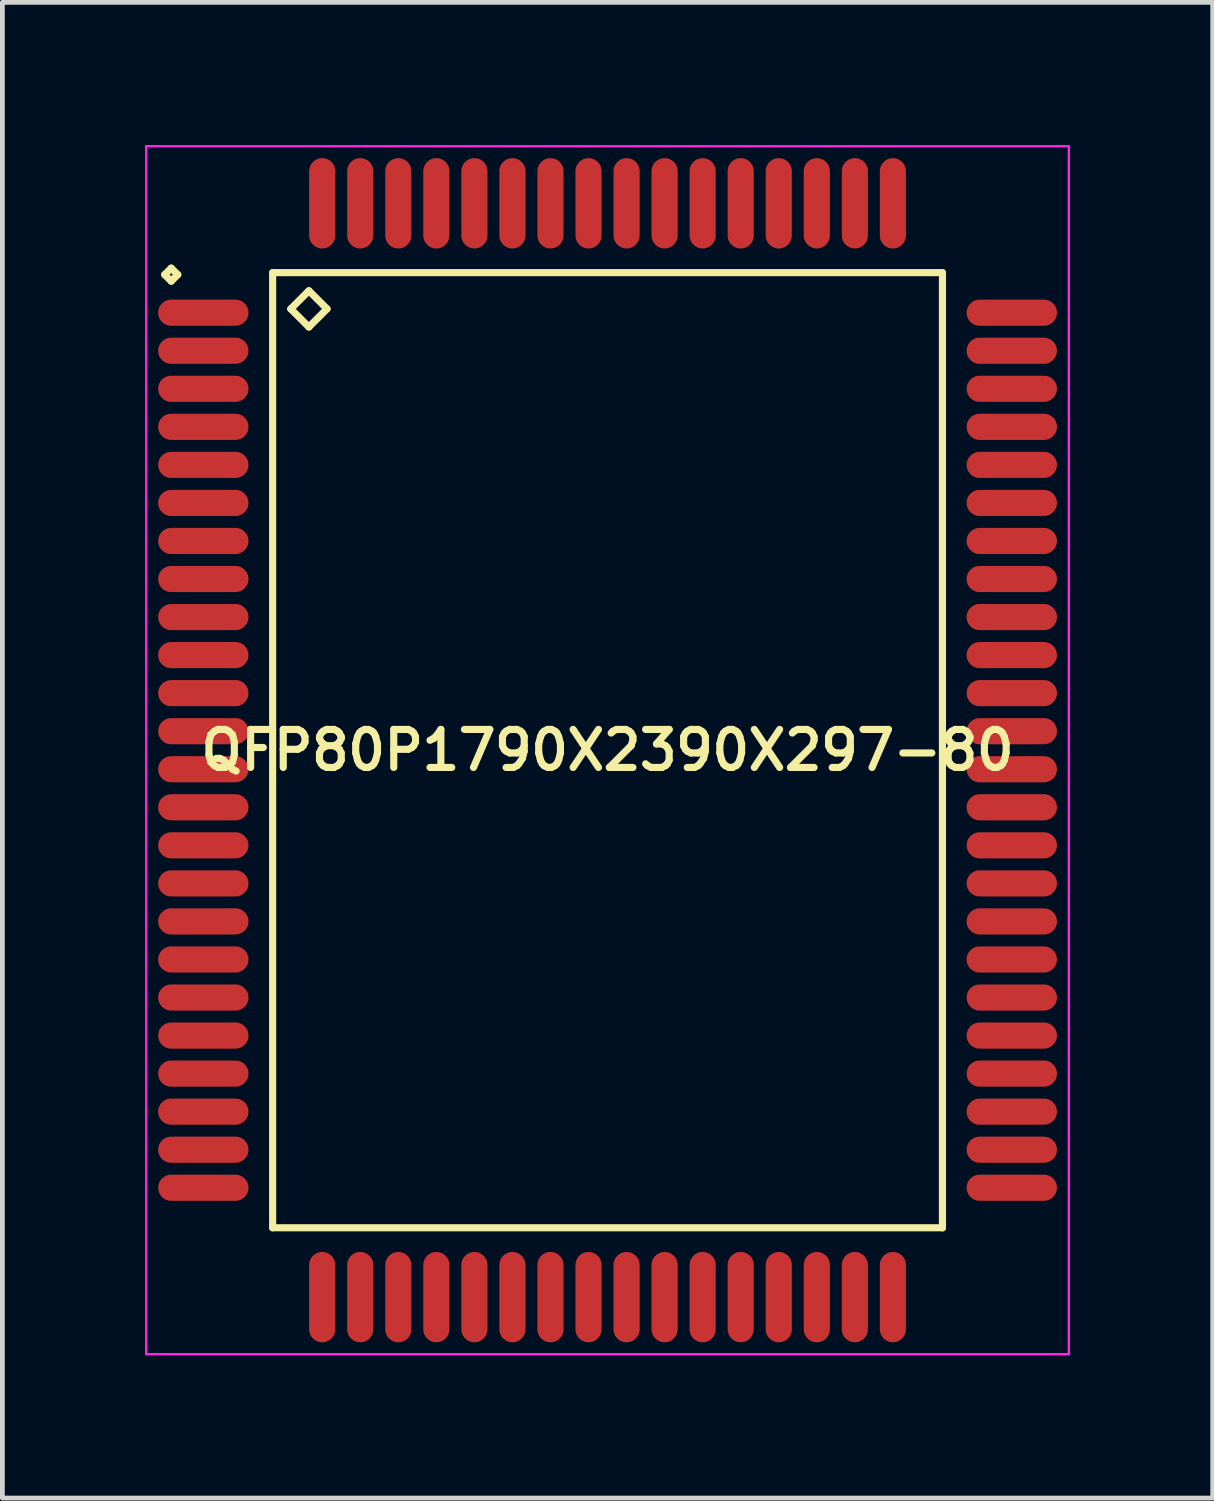
<source format=kicad_pcb>
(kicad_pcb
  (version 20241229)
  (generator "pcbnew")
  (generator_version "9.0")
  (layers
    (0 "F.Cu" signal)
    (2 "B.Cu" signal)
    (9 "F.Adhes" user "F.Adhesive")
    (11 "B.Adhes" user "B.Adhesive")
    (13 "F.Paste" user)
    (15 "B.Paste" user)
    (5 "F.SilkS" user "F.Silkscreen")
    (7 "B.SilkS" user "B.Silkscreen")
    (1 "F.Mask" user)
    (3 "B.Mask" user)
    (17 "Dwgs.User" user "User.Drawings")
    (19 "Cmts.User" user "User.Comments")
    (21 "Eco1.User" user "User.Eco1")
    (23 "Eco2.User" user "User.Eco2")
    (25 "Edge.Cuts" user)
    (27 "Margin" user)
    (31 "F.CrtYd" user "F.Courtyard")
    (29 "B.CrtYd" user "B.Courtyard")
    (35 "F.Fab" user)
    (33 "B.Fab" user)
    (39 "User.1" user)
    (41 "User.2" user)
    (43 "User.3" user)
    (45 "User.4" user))
  (footprint "QFP80P1790X2390X297-80"
    (layer "F.Cu")
    (at 9.725 12.725)
    (property "Reference" "QFP80P1790X2390X297-80" (at 0 0 0) (layer "F.SilkS") (effects (font (size 0.8 0.8) (thickness 0.15))))
    (attr smd)
    (fp_line (start -9.312 -10) (end -9.175 -10.137) (stroke (width 0.15) (type solid)) (layer "F.SilkS"))
    (fp_line (start -9.175 -10.137) (end -9.037 -10) (stroke (width 0.15) (type solid)) (layer "F.SilkS"))
    (fp_line (start -9.175 -9.863) (end -9.312 -10) (stroke (width 0.15) (type solid)) (layer "F.SilkS"))
    (fp_line (start -9.037 -10) (end -9.175 -9.863) (stroke (width 0.15) (type solid)) (layer "F.SilkS"))
    (fp_line (start -7.042 -10.042) (end -7.042 10.042) (stroke (width 0.15) (type solid)) (layer "F.SilkS"))
    (fp_line (start -7.042 10.042) (end 7.042 10.042) (stroke (width 0.15) (type solid)) (layer "F.SilkS"))
    (fp_line (start -6.661 -9.28) (end -6.28 -9.661) (stroke (width 0.15) (type solid)) (layer "F.SilkS"))
    (fp_line (start -6.28 -9.661) (end -5.899 -9.28) (stroke (width 0.15) (type solid)) (layer "F.SilkS"))
    (fp_line (start -6.28 -8.899) (end -6.661 -9.28) (stroke (width 0.15) (type solid)) (layer "F.SilkS"))
    (fp_line (start -5.899 -9.28) (end -6.28 -8.899) (stroke (width 0.15) (type solid)) (layer "F.SilkS"))
    (fp_line (start 7.042 -10.042) (end -7.042 -10.042) (stroke (width 0.15) (type solid)) (layer "F.SilkS"))
    (fp_line (start 7.042 10.042) (end 7.042 -10.042) (stroke (width 0.15) (type solid)) (layer "F.SilkS"))
    (fp_line (start -9.7 -12.7) (end 9.7 -12.7) (stroke (width 0.05) (type solid)) (layer "F.CrtYd"))
    (fp_line (start -9.7 12.7) (end -9.7 -12.7) (stroke (width 0.05) (type solid)) (layer "F.CrtYd"))
    (fp_line (start 9.7 -12.7) (end 9.7 12.7) (stroke (width 0.05) (type solid)) (layer "F.CrtYd"))
    (fp_line (start 9.7 12.7) (end -9.7 12.7) (stroke (width 0.05) (type solid)) (layer "F.CrtYd"))
    (pad "1" smd oval (at -8.5 -9.2) (size 1.9 0.55) (layers "F.Cu" "F.Mask" "F.Paste"))
    (pad "2" smd oval (at -8.5 -8.4) (size 1.9 0.55) (layers "F.Cu" "F.Mask" "F.Paste"))
    (pad "3" smd oval (at -8.5 -7.6) (size 1.9 0.55) (layers "F.Cu" "F.Mask" "F.Paste"))
    (pad "4" smd oval (at -8.5 -6.8) (size 1.9 0.55) (layers "F.Cu" "F.Mask" "F.Paste"))
    (pad "5" smd oval (at -8.5 -6) (size 1.9 0.55) (layers "F.Cu" "F.Mask" "F.Paste"))
    (pad "6" smd oval (at -8.5 -5.2) (size 1.9 0.55) (layers "F.Cu" "F.Mask" "F.Paste"))
    (pad "7" smd oval (at -8.5 -4.4) (size 1.9 0.55) (layers "F.Cu" "F.Mask" "F.Paste"))
    (pad "8" smd oval (at -8.5 -3.6) (size 1.9 0.55) (layers "F.Cu" "F.Mask" "F.Paste"))
    (pad "9" smd oval (at -8.5 -2.8) (size 1.9 0.55) (layers "F.Cu" "F.Mask" "F.Paste"))
    (pad "10" smd oval (at -8.5 -2) (size 1.9 0.55) (layers "F.Cu" "F.Mask" "F.Paste"))
    (pad "11" smd oval (at -8.5 -1.2) (size 1.9 0.55) (layers "F.Cu" "F.Mask" "F.Paste"))
    (pad "12" smd oval (at -8.5 -0.4) (size 1.9 0.55) (layers "F.Cu" "F.Mask" "F.Paste"))
    (pad "13" smd oval (at -8.5 0.4) (size 1.9 0.55) (layers "F.Cu" "F.Mask" "F.Paste"))
    (pad "14" smd oval (at -8.5 1.2) (size 1.9 0.55) (layers "F.Cu" "F.Mask" "F.Paste"))
    (pad "15" smd oval (at -8.5 2) (size 1.9 0.55) (layers "F.Cu" "F.Mask" "F.Paste"))
    (pad "16" smd oval (at -8.5 2.8) (size 1.9 0.55) (layers "F.Cu" "F.Mask" "F.Paste"))
    (pad "17" smd oval (at -8.5 3.6) (size 1.9 0.55) (layers "F.Cu" "F.Mask" "F.Paste"))
    (pad "18" smd oval (at -8.5 4.4) (size 1.9 0.55) (layers "F.Cu" "F.Mask" "F.Paste"))
    (pad "19" smd oval (at -8.5 5.2) (size 1.9 0.55) (layers "F.Cu" "F.Mask" "F.Paste"))
    (pad "20" smd oval (at -8.5 6) (size 1.9 0.55) (layers "F.Cu" "F.Mask" "F.Paste"))
    (pad "21" smd oval (at -8.5 6.8) (size 1.9 0.55) (layers "F.Cu" "F.Mask" "F.Paste"))
    (pad "22" smd oval (at -8.5 7.6) (size 1.9 0.55) (layers "F.Cu" "F.Mask" "F.Paste"))
    (pad "23" smd oval (at -8.5 8.4) (size 1.9 0.55) (layers "F.Cu" "F.Mask" "F.Paste"))
    (pad "24" smd oval (at -8.5 9.2) (size 1.9 0.55) (layers "F.Cu" "F.Mask" "F.Paste"))
    (pad "25" smd oval (at -6 11.5) (size 0.55 1.9) (layers "F.Cu" "F.Mask" "F.Paste"))
    (pad "26" smd oval (at -5.2 11.5) (size 0.55 1.9) (layers "F.Cu" "F.Mask" "F.Paste"))
    (pad "27" smd oval (at -4.4 11.5) (size 0.55 1.9) (layers "F.Cu" "F.Mask" "F.Paste"))
    (pad "28" smd oval (at -3.6 11.5) (size 0.55 1.9) (layers "F.Cu" "F.Mask" "F.Paste"))
    (pad "29" smd oval (at -2.8 11.5) (size 0.55 1.9) (layers "F.Cu" "F.Mask" "F.Paste"))
    (pad "30" smd oval (at -2 11.5) (size 0.55 1.9) (layers "F.Cu" "F.Mask" "F.Paste"))
    (pad "31" smd oval (at -1.2 11.5) (size 0.55 1.9) (layers "F.Cu" "F.Mask" "F.Paste"))
    (pad "32" smd oval (at -0.4 11.5) (size 0.55 1.9) (layers "F.Cu" "F.Mask" "F.Paste"))
    (pad "33" smd oval (at 0.4 11.5) (size 0.55 1.9) (layers "F.Cu" "F.Mask" "F.Paste"))
    (pad "34" smd oval (at 1.2 11.5) (size 0.55 1.9) (layers "F.Cu" "F.Mask" "F.Paste"))
    (pad "35" smd oval (at 2 11.5) (size 0.55 1.9) (layers "F.Cu" "F.Mask" "F.Paste"))
    (pad "36" smd oval (at 2.8 11.5) (size 0.55 1.9) (layers "F.Cu" "F.Mask" "F.Paste"))
    (pad "37" smd oval (at 3.6 11.5) (size 0.55 1.9) (layers "F.Cu" "F.Mask" "F.Paste"))
    (pad "38" smd oval (at 4.4 11.5) (size 0.55 1.9) (layers "F.Cu" "F.Mask" "F.Paste"))
    (pad "39" smd oval (at 5.2 11.5) (size 0.55 1.9) (layers "F.Cu" "F.Mask" "F.Paste"))
    (pad "40" smd oval (at 6 11.5) (size 0.55 1.9) (layers "F.Cu" "F.Mask" "F.Paste"))
    (pad "41" smd oval (at 8.5 9.2) (size 1.9 0.55) (layers "F.Cu" "F.Mask" "F.Paste"))
    (pad "42" smd oval (at 8.5 8.4) (size 1.9 0.55) (layers "F.Cu" "F.Mask" "F.Paste"))
    (pad "43" smd oval (at 8.5 7.6) (size 1.9 0.55) (layers "F.Cu" "F.Mask" "F.Paste"))
    (pad "44" smd oval (at 8.5 6.8) (size 1.9 0.55) (layers "F.Cu" "F.Mask" "F.Paste"))
    (pad "45" smd oval (at 8.5 6) (size 1.9 0.55) (layers "F.Cu" "F.Mask" "F.Paste"))
    (pad "46" smd oval (at 8.5 5.2) (size 1.9 0.55) (layers "F.Cu" "F.Mask" "F.Paste"))
    (pad "47" smd oval (at 8.5 4.4) (size 1.9 0.55) (layers "F.Cu" "F.Mask" "F.Paste"))
    (pad "48" smd oval (at 8.5 3.6) (size 1.9 0.55) (layers "F.Cu" "F.Mask" "F.Paste"))
    (pad "49" smd oval (at 8.5 2.8) (size 1.9 0.55) (layers "F.Cu" "F.Mask" "F.Paste"))
    (pad "50" smd oval (at 8.5 2) (size 1.9 0.55) (layers "F.Cu" "F.Mask" "F.Paste"))
    (pad "51" smd oval (at 8.5 1.2) (size 1.9 0.55) (layers "F.Cu" "F.Mask" "F.Paste"))
    (pad "52" smd oval (at 8.5 0.4) (size 1.9 0.55) (layers "F.Cu" "F.Mask" "F.Paste"))
    (pad "53" smd oval (at 8.5 -0.4) (size 1.9 0.55) (layers "F.Cu" "F.Mask" "F.Paste"))
    (pad "54" smd oval (at 8.5 -1.2) (size 1.9 0.55) (layers "F.Cu" "F.Mask" "F.Paste"))
    (pad "55" smd oval (at 8.5 -2) (size 1.9 0.55) (layers "F.Cu" "F.Mask" "F.Paste"))
    (pad "56" smd oval (at 8.5 -2.8) (size 1.9 0.55) (layers "F.Cu" "F.Mask" "F.Paste"))
    (pad "57" smd oval (at 8.5 -3.6) (size 1.9 0.55) (layers "F.Cu" "F.Mask" "F.Paste"))
    (pad "58" smd oval (at 8.5 -4.4) (size 1.9 0.55) (layers "F.Cu" "F.Mask" "F.Paste"))
    (pad "59" smd oval (at 8.5 -5.2) (size 1.9 0.55) (layers "F.Cu" "F.Mask" "F.Paste"))
    (pad "60" smd oval (at 8.5 -6) (size 1.9 0.55) (layers "F.Cu" "F.Mask" "F.Paste"))
    (pad "61" smd oval (at 8.5 -6.8) (size 1.9 0.55) (layers "F.Cu" "F.Mask" "F.Paste"))
    (pad "62" smd oval (at 8.5 -7.6) (size 1.9 0.55) (layers "F.Cu" "F.Mask" "F.Paste"))
    (pad "63" smd oval (at 8.5 -8.4) (size 1.9 0.55) (layers "F.Cu" "F.Mask" "F.Paste"))
    (pad "64" smd oval (at 8.5 -9.2) (size 1.9 0.55) (layers "F.Cu" "F.Mask" "F.Paste"))
    (pad "65" smd oval (at 6 -11.5) (size 0.55 1.9) (layers "F.Cu" "F.Mask" "F.Paste"))
    (pad "66" smd oval (at 5.2 -11.5) (size 0.55 1.9) (layers "F.Cu" "F.Mask" "F.Paste"))
    (pad "67" smd oval (at 4.4 -11.5) (size 0.55 1.9) (layers "F.Cu" "F.Mask" "F.Paste"))
    (pad "68" smd oval (at 3.6 -11.5) (size 0.55 1.9) (layers "F.Cu" "F.Mask" "F.Paste"))
    (pad "69" smd oval (at 2.8 -11.5) (size 0.55 1.9) (layers "F.Cu" "F.Mask" "F.Paste"))
    (pad "70" smd oval (at 2 -11.5) (size 0.55 1.9) (layers "F.Cu" "F.Mask" "F.Paste"))
    (pad "71" smd oval (at 1.2 -11.5) (size 0.55 1.9) (layers "F.Cu" "F.Mask" "F.Paste"))
    (pad "72" smd oval (at 0.4 -11.5) (size 0.55 1.9) (layers "F.Cu" "F.Mask" "F.Paste"))
    (pad "73" smd oval (at -0.4 -11.5) (size 0.55 1.9) (layers "F.Cu" "F.Mask" "F.Paste"))
    (pad "74" smd oval (at -1.2 -11.5) (size 0.55 1.9) (layers "F.Cu" "F.Mask" "F.Paste"))
    (pad "75" smd oval (at -2 -11.5) (size 0.55 1.9) (layers "F.Cu" "F.Mask" "F.Paste"))
    (pad "76" smd oval (at -2.8 -11.5) (size 0.55 1.9) (layers "F.Cu" "F.Mask" "F.Paste"))
    (pad "77" smd oval (at -3.6 -11.5) (size 0.55 1.9) (layers "F.Cu" "F.Mask" "F.Paste"))
    (pad "78" smd oval (at -4.4 -11.5) (size 0.55 1.9) (layers "F.Cu" "F.Mask" "F.Paste"))
    (pad "79" smd oval (at -5.2 -11.5) (size 0.55 1.9) (layers "F.Cu" "F.Mask" "F.Paste"))
    (pad "80" smd oval (at -6 -11.5) (size 0.55 1.9) (layers "F.Cu" "F.Mask" "F.Paste")))
  (gr_rect
    (start -3 -3)
    (end 22.45 28.45)
    (stroke (width 0.1) (type default))
    (fill no)
    (layer "Edge.Cuts")))
</source>
